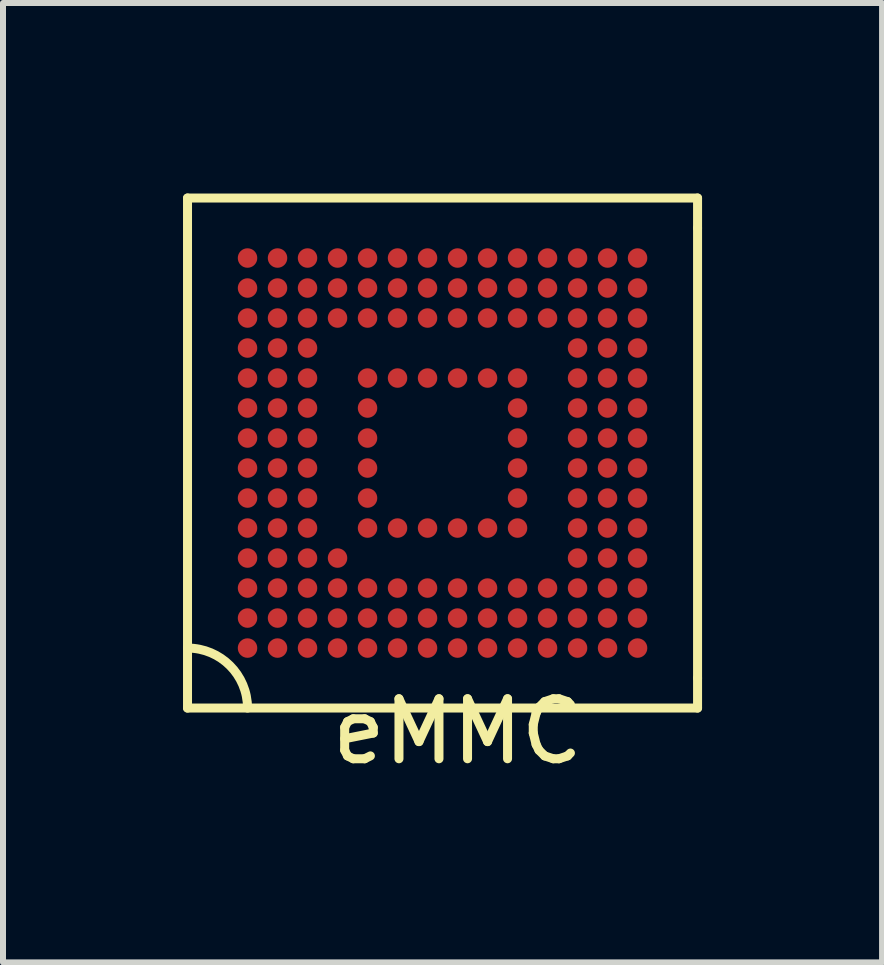
<source format=kicad_pcb>
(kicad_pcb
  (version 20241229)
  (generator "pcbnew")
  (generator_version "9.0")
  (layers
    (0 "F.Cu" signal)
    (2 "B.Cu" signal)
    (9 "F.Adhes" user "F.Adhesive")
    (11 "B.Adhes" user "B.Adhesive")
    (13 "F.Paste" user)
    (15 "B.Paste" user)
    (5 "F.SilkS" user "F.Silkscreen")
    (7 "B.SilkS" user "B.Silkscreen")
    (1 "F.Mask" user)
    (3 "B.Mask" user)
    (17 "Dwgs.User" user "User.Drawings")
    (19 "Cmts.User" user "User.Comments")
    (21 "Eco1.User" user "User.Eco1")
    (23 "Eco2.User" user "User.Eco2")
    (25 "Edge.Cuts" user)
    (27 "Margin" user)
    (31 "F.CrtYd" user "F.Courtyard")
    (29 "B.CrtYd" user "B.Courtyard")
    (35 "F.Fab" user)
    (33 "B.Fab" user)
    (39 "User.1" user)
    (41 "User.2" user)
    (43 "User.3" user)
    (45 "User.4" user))
  (footprint "eMMC"
    (layer "F.Cu")
    (at 4.075 0.25)
    (property "Reference" "eMMC" (at 0.5 8.89 0) (layer "F.SilkS") (effects (font (size 1 1) (thickness 0.15))))
    (attr through_hole)
    (fp_line (start -4 0) (end 4.5 0) (stroke (width 0.15) (type solid)) (layer "F.SilkS"))
    (fp_line (start -4 8.5) (end -4 0) (stroke (width 0.15) (type solid)) (layer "F.SilkS"))
    (fp_line (start 4.5 0.5) (end 4.5 0) (stroke (width 0.15) (type solid)) (layer "F.SilkS"))
    (fp_line (start 4.5 0.5) (end 4.5 8) (stroke (width 0.15) (type solid)) (layer "F.SilkS"))
    (fp_line (start 4.5 8) (end 4.5 8.5) (stroke (width 0.15) (type solid)) (layer "F.SilkS"))
    (fp_line (start 4.5 8.5) (end -4 8.5) (stroke (width 0.15) (type solid)) (layer "F.SilkS"))
    (fp_arc (start -4 7.5) (mid -3.292893 7.792893) (end -3 8.5) (stroke (width 0.15) (type solid)) (layer "F.SilkS"))
    (pad "1" smd circle (at -2 7.5) (size 0.325 0.325) (layers "F.Cu" "F.Mask" "F.Paste"))
    (pad "2" smd circle (at -1.5 7.5) (size 0.325 0.325) (layers "F.Cu" "F.Mask" "F.Paste"))
    (pad "3" smd circle (at -1 7.5) (size 0.325 0.325) (layers "F.Cu" "F.Mask" "F.Paste"))
    (pad "6" smd circle (at -2.5 7) (size 0.325 0.325) (layers "F.Cu" "F.Mask" "F.Paste"))
    (pad "7" smd circle (at -2 7) (size 0.325 0.325) (layers "F.Cu" "F.Mask" "F.Paste"))
    (pad "8" smd circle (at -1.5 7) (size 0.325 0.325) (layers "F.Cu" "F.Mask" "F.Paste"))
    (pad "9" smd circle (at -1 7) (size 0.325 0.325) (layers "F.Cu" "F.Mask" "F.Paste"))
    (pad "10" smd circle (at -0.5 7) (size 0.325 0.325) (layers "F.Cu" "F.Mask" "F.Paste"))
    (pad "11" smd circle (at -2.5 6.5) (size 0.325 0.325) (layers "F.Cu" "F.Mask" "F.Paste"))
    (pad "14" smd circle (at 0 7.5) (size 0.325 0.325) (layers "F.Cu" "F.Mask" "F.Paste"))
    (pad "15" smd circle (at -1 5.5) (size 0.325 0.325) (layers "F.Cu" "F.Mask" "F.Paste"))
    (pad "16" smd circle (at -2 4.5) (size 0.325 0.325) (layers "F.Cu" "F.Mask" "F.Paste"))
    (pad "17" smd circle (at -0.5 3) (size 0.325 0.325) (layers "F.Cu" "F.Mask" "F.Paste"))
    (pad "18" smd circle (at 0 3) (size 0.325 0.325) (layers "F.Cu" "F.Mask" "F.Paste"))
    (pad "19" smd circle (at 0 1) (size 0.325 0.325) (layers "F.Cu" "F.Mask" "F.Paste"))
    (pad "20" smd circle (at 1.5 1) (size 0.325 0.325) (layers "F.Cu" "F.Mask" "F.Paste"))
    (pad "21" smd circle (at -0.5 7.5) (size 0.325 0.325) (layers "F.Cu" "F.Mask" "F.Paste"))
    (pad "22" smd circle (at 0 5.5) (size 0.325 0.325) (layers "F.Cu" "F.Mask" "F.Paste"))
    (pad "23" smd circle (at -1 4.5) (size 0.325 0.325) (layers "F.Cu" "F.Mask" "F.Paste"))
    (pad "24" smd circle (at 1.5 4) (size 0.325 0.325) (layers "F.Cu" "F.Mask" "F.Paste"))
    (pad "25" smd circle (at -1 3.5) (size 0.325 0.325) (layers "F.Cu" "F.Mask" "F.Paste"))
    (pad "26" smd circle (at 0.5 3) (size 0.325 0.325) (layers "F.Cu" "F.Mask" "F.Paste"))
    (pad "27" smd circle (at -1.5 6.5) (size 0.325 0.325) (layers "F.Cu" "F.Mask" "F.Paste"))
    (pad "28" smd circle (at -1.5 1) (size 0.325 0.325) (layers "F.Cu" "F.Mask" "F.Paste"))
    (pad "29" smd circle (at -1 1.5) (size 0.325 0.325) (layers "F.Cu" "F.Mask" "F.Paste"))
    (pad "30" smd circle (at -0.5 1) (size 0.325 0.325) (layers "F.Cu" "F.Mask" "F.Paste"))
    (pad "31" smd circle (at -2.5 1.5) (size 0.325 0.325) (layers "F.Cu" "F.Mask" "F.Paste"))
    (pad "32" smd circle (at -0.5 5.5) (size 0.325 0.325) (layers "F.Cu" "F.Mask" "F.Paste"))
    (pad "33" smd circle (at -1 5) (size 0.325 0.325) (layers "F.Cu" "F.Mask" "F.Paste"))
    (pad "34" smd circle (at 1 3) (size 0.325 0.325) (layers "F.Cu" "F.Mask" "F.Paste"))
    (pad "35" smd circle (at 1.5 3.5) (size 0.325 0.325) (layers "F.Cu" "F.Mask" "F.Paste"))
    (pad "36" smd circle (at -0.5 6.5) (size 0.325 0.325) (layers "F.Cu" "F.Mask" "F.Paste"))
    (pad "37" smd circle (at -1.5 2) (size 0.325 0.325) (layers "F.Cu" "F.Mask" "F.Paste"))
    (pad "38" smd circle (at -1.5 1.5) (size 0.325 0.325) (layers "F.Cu" "F.Mask" "F.Paste"))
    (pad "39" smd circle (at -2 1) (size 0.325 0.325) (layers "F.Cu" "F.Mask" "F.Paste"))
    (pad "40" smd circle (at -1 1) (size 0.325 0.325) (layers "F.Cu" "F.Mask" "F.Paste"))
    (pad "41" smd circle (at 0.5 5.5) (size 0.325 0.325) (layers "F.Cu" "F.Mask" "F.Paste"))
    (pad "42" smd circle (at 1 5.5) (size 0.325 0.325) (layers "F.Cu" "F.Mask" "F.Paste"))
    (pad "43" smd circle (at 1.5 5.5) (size 0.325 0.325) (layers "F.Cu" "F.Mask" "F.Paste"))
    (pad "44" smd circle (at 1.5 5) (size 0.325 0.325) (layers "F.Cu" "F.Mask" "F.Paste"))
    (pad "45" smd circle (at 1.5 4.5) (size 0.325 0.325) (layers "F.Cu" "F.Mask" "F.Paste"))
    (pad "46" smd circle (at 1.5 3) (size 0.325 0.325) (layers "F.Cu" "F.Mask" "F.Paste"))
    (pad "47" smd circle (at -1 4) (size 0.325 0.325) (layers "F.Cu" "F.Mask" "F.Paste"))
    (pad "47" smd circle (at 0.5 7.5) (size 0.325 0.325) (layers "F.Cu" "F.Mask" "F.Paste"))
    (pad "48" smd circle (at -1 3) (size 0.325 0.325) (layers "F.Cu" "F.Mask" "F.Paste"))
    (pad "48" smd circle (at 1 7.5) (size 0.325 0.325) (layers "F.Cu" "F.Mask" "F.Paste"))
    (pad "49" smd circle (at -1 2) (size 0.325 0.325) (layers "F.Cu" "F.Mask" "F.Paste"))
    (pad "49" smd circle (at 1.5 7.5) (size 0.325 0.325) (layers "F.Cu" "F.Mask" "F.Paste"))
    (pad "50" smd circle (at -0.5 2) (size 0.325 0.325) (layers "F.Cu" "F.Mask" "F.Paste"))
    (pad "50" smd circle (at 2 7.5) (size 0.325 0.325) (layers "F.Cu" "F.Mask" "F.Paste"))
    (pad "51" smd circle (at 2.5 7.5) (size 0.325 0.325) (layers "F.Cu" "F.Mask" "F.Paste"))
    (pad "52" smd circle (at 3 7.5) (size 0.325 0.325) (layers "F.Cu" "F.Mask" "F.Paste"))
    (pad "53" smd circle (at 3.5 7.5) (size 0.325 0.325) (layers "F.Cu" "F.Mask" "F.Paste"))
    (pad "54" smd circle (at -3 7) (size 0.325 0.325) (layers "F.Cu" "F.Mask" "F.Paste"))
    (pad "55" smd circle (at 0 7) (size 0.325 0.325) (layers "F.Cu" "F.Mask" "F.Paste"))
    (pad "56" smd circle (at 0.5 7) (size 0.325 0.325) (layers "F.Cu" "F.Mask" "F.Paste"))
    (pad "57" smd circle (at 1 7) (size 0.325 0.325) (layers "F.Cu" "F.Mask" "F.Paste"))
    (pad "58" smd circle (at 1.5 7) (size 0.325 0.325) (layers "F.Cu" "F.Mask" "F.Paste"))
    (pad "59" smd circle (at 2 7) (size 0.325 0.325) (layers "F.Cu" "F.Mask" "F.Paste"))
    (pad "60" smd circle (at 2.5 7) (size 0.325 0.325) (layers "F.Cu" "F.Mask" "F.Paste"))
    (pad "61" smd circle (at 3 7) (size 0.325 0.325) (layers "F.Cu" "F.Mask" "F.Paste"))
    (pad "62" smd circle (at 3.5 7) (size 0.325 0.325) (layers "F.Cu" "F.Mask" "F.Paste"))
    (pad "63" smd circle (at 3.5 6.5) (size 0.325 0.325) (layers "F.Cu" "F.Mask" "F.Paste"))
    (pad "64" smd circle (at 3 6.5) (size 0.325 0.325) (layers "F.Cu" "F.Mask" "F.Paste"))
    (pad "65" smd circle (at 2.5 6.5) (size 0.325 0.325) (layers "F.Cu" "F.Mask" "F.Paste"))
    (pad "66" smd circle (at 2 6.5) (size 0.325 0.325) (layers "F.Cu" "F.Mask" "F.Paste"))
    (pad "67" smd circle (at 1.5 6.5) (size 0.325 0.325) (layers "F.Cu" "F.Mask" "F.Paste"))
    (pad "68" smd circle (at 1 6.5) (size 0.325 0.325) (layers "F.Cu" "F.Mask" "F.Paste"))
    (pad "69" smd circle (at 0.5 6.5) (size 0.325 0.325) (layers "F.Cu" "F.Mask" "F.Paste"))
    (pad "70" smd circle (at 0 6.5) (size 0.325 0.325) (layers "F.Cu" "F.Mask" "F.Paste"))
    (pad "71" smd circle (at -1 6.5) (size 0.325 0.325) (layers "F.Cu" "F.Mask" "F.Paste"))
    (pad "72" smd circle (at -2 6.5) (size 0.325 0.325) (layers "F.Cu" "F.Mask" "F.Paste"))
    (pad "73" smd circle (at -3 6.5) (size 0.325 0.325) (layers "F.Cu" "F.Mask" "F.Paste"))
    (pad "74" smd circle (at -3 6) (size 0.325 0.325) (layers "F.Cu" "F.Mask" "F.Paste"))
    (pad "75" smd circle (at -2.5 6) (size 0.325 0.325) (layers "F.Cu" "F.Mask" "F.Paste"))
    (pad "76" smd circle (at -2 6) (size 0.325 0.325) (layers "F.Cu" "F.Mask" "F.Paste"))
    (pad "77" smd circle (at -1.5 6) (size 0.325 0.325) (layers "F.Cu" "F.Mask" "F.Paste"))
    (pad "78" smd circle (at -2.5 7.5) (size 0.325 0.325) (layers "F.Cu" "F.Mask" "F.Paste"))
    (pad "79" smd circle (at -3 5.5) (size 0.325 0.325) (layers "F.Cu" "F.Mask" "F.Paste"))
    (pad "80" smd circle (at -2.5 5.5) (size 0.325 0.325) (layers "F.Cu" "F.Mask" "F.Paste"))
    (pad "81" smd circle (at -2 5.5) (size 0.325 0.325) (layers "F.Cu" "F.Mask" "F.Paste"))
    (pad "82" smd circle (at -3 5) (size 0.325 0.325) (layers "F.Cu" "F.Mask" "F.Paste"))
    (pad "83" smd circle (at -2.5 5) (size 0.325 0.325) (layers "F.Cu" "F.Mask" "F.Paste"))
    (pad "84" smd circle (at -2 5) (size 0.325 0.325) (layers "F.Cu" "F.Mask" "F.Paste"))
    (pad "85" smd circle (at -3 4.5) (size 0.325 0.325) (layers "F.Cu" "F.Mask" "F.Paste"))
    (pad "86" smd circle (at -2.5 4.5) (size 0.325 0.325) (layers "F.Cu" "F.Mask" "F.Paste"))
    (pad "87" smd circle (at -3 4) (size 0.325 0.325) (layers "F.Cu" "F.Mask" "F.Paste"))
    (pad "88" smd circle (at -2.5 4) (size 0.325 0.325) (layers "F.Cu" "F.Mask" "F.Paste"))
    (pad "89" smd circle (at -2 4) (size 0.325 0.325) (layers "F.Cu" "F.Mask" "F.Paste"))
    (pad "90" smd circle (at -3 3.5) (size 0.325 0.325) (layers "F.Cu" "F.Mask" "F.Paste"))
    (pad "91" smd circle (at -2.5 3.5) (size 0.325 0.325) (layers "F.Cu" "F.Mask" "F.Paste"))
    (pad "92" smd circle (at -2 3.5) (size 0.325 0.325) (layers "F.Cu" "F.Mask" "F.Paste"))
    (pad "93" smd circle (at -3 3) (size 0.325 0.325) (layers "F.Cu" "F.Mask" "F.Paste"))
    (pad "94" smd circle (at -2.5 3) (size 0.325 0.325) (layers "F.Cu" "F.Mask" "F.Paste"))
    (pad "95" smd circle (at -2 3) (size 0.325 0.325) (layers "F.Cu" "F.Mask" "F.Paste"))
    (pad "96" smd circle (at -3 2.5) (size 0.325 0.325) (layers "F.Cu" "F.Mask" "F.Paste"))
    (pad "97" smd circle (at -2.5 2.5) (size 0.325 0.325) (layers "F.Cu" "F.Mask" "F.Paste"))
    (pad "98" smd circle (at -2 2.5) (size 0.325 0.325) (layers "F.Cu" "F.Mask" "F.Paste"))
    (pad "99" smd circle (at -3 2) (size 0.325 0.325) (layers "F.Cu" "F.Mask" "F.Paste"))
    (pad "100" smd circle (at -2.5 2) (size 0.325 0.325) (layers "F.Cu" "F.Mask" "F.Paste"))
    (pad "101" smd circle (at -2 2) (size 0.325 0.325) (layers "F.Cu" "F.Mask" "F.Paste"))
    (pad "102" smd circle (at -3 1.5) (size 0.325 0.325) (layers "F.Cu" "F.Mask" "F.Paste"))
    (pad "103" smd circle (at -2 1.5) (size 0.325 0.325) (layers "F.Cu" "F.Mask" "F.Paste"))
    (pad "104" smd circle (at -3 1) (size 0.325 0.325) (layers "F.Cu" "F.Mask" "F.Paste"))
    (pad "105" smd circle (at -2.5 1) (size 0.325 0.325) (layers "F.Cu" "F.Mask" "F.Paste"))
    (pad "106" smd circle (at -0.5 1.5) (size 0.325 0.325) (layers "F.Cu" "F.Mask" "F.Paste"))
    (pad "107" smd circle (at 0 1.5) (size 0.325 0.325) (layers "F.Cu" "F.Mask" "F.Paste"))
    (pad "108" smd circle (at 0 2) (size 0.325 0.325) (layers "F.Cu" "F.Mask" "F.Paste"))
    (pad "109" smd circle (at 0.5 2) (size 0.325 0.325) (layers "F.Cu" "F.Mask" "F.Paste"))
    (pad "110" smd circle (at 0.5 1.5) (size 0.325 0.325) (layers "F.Cu" "F.Mask" "F.Paste"))
    (pad "111" smd circle (at 0.5 1) (size 0.325 0.325) (layers "F.Cu" "F.Mask" "F.Paste"))
    (pad "112" smd circle (at 1 1) (size 0.325 0.325) (layers "F.Cu" "F.Mask" "F.Paste"))
    (pad "113" smd circle (at 1 1.5) (size 0.325 0.325) (layers "F.Cu" "F.Mask" "F.Paste"))
    (pad "114" smd circle (at 1 2) (size 0.325 0.325) (layers "F.Cu" "F.Mask" "F.Paste"))
    (pad "115" smd circle (at 1.5 2) (size 0.325 0.325) (layers "F.Cu" "F.Mask" "F.Paste"))
    (pad "116" smd circle (at 1.5 1.5) (size 0.325 0.325) (layers "F.Cu" "F.Mask" "F.Paste"))
    (pad "117" smd circle (at 2 1) (size 0.325 0.325) (layers "F.Cu" "F.Mask" "F.Paste"))
    (pad "118" smd circle (at 2 1.5) (size 0.325 0.325) (layers "F.Cu" "F.Mask" "F.Paste"))
    (pad "119" smd circle (at 2 2) (size 0.325 0.325) (layers "F.Cu" "F.Mask" "F.Paste"))
    (pad "120" smd circle (at 2.5 2) (size 0.325 0.325) (layers "F.Cu" "F.Mask" "F.Paste"))
    (pad "121" smd circle (at 2.5 1.5) (size 0.325 0.325) (layers "F.Cu" "F.Mask" "F.Paste"))
    (pad "122" smd circle (at 2.5 1) (size 0.325 0.325) (layers "F.Cu" "F.Mask" "F.Paste"))
    (pad "123" smd circle (at 3 1) (size 0.325 0.325) (layers "F.Cu" "F.Mask" "F.Paste"))
    (pad "124" smd circle (at 3 1.5) (size 0.325 0.325) (layers "F.Cu" "F.Mask" "F.Paste"))
    (pad "125" smd circle (at 3 2) (size 0.325 0.325) (layers "F.Cu" "F.Mask" "F.Paste"))
    (pad "126" smd circle (at 3.5 2) (size 0.325 0.325) (layers "F.Cu" "F.Mask" "F.Paste"))
    (pad "127" smd circle (at 3.5 1) (size 0.325 0.325) (layers "F.Cu" "F.Mask" "F.Paste"))
    (pad "128" smd circle (at 3.5 1.5) (size 0.325 0.325) (layers "F.Cu" "F.Mask" "F.Paste"))
    (pad "129" smd circle (at 3.5 2.5) (size 0.325 0.325) (layers "F.Cu" "F.Mask" "F.Paste"))
    (pad "130" smd circle (at 3.5 3) (size 0.325 0.325) (layers "F.Cu" "F.Mask" "F.Paste"))
    (pad "131" smd circle (at 3.5 3.5) (size 0.325 0.325) (layers "F.Cu" "F.Mask" "F.Paste"))
    (pad "132" smd circle (at 3.5 4) (size 0.325 0.325) (layers "F.Cu" "F.Mask" "F.Paste"))
    (pad "133" smd circle (at 3.5 4.5) (size 0.325 0.325) (layers "F.Cu" "F.Mask" "F.Paste"))
    (pad "134" smd circle (at 3.5 5) (size 0.325 0.325) (layers "F.Cu" "F.Mask" "F.Paste"))
    (pad "135" smd circle (at 3.5 5.5) (size 0.325 0.325) (layers "F.Cu" "F.Mask" "F.Paste"))
    (pad "136" smd circle (at 3.5 6) (size 0.325 0.325) (layers "F.Cu" "F.Mask" "F.Paste"))
    (pad "137" smd circle (at 3 6) (size 0.325 0.325) (layers "F.Cu" "F.Mask" "F.Paste"))
    (pad "138" smd circle (at 3 5.5) (size 0.325 0.325) (layers "F.Cu" "F.Mask" "F.Paste"))
    (pad "139" smd circle (at 3 5) (size 0.325 0.325) (layers "F.Cu" "F.Mask" "F.Paste"))
    (pad "140" smd circle (at 3 4.5) (size 0.325 0.325) (layers "F.Cu" "F.Mask" "F.Paste"))
    (pad "141" smd circle (at 3 4) (size 0.325 0.325) (layers "F.Cu" "F.Mask" "F.Paste"))
    (pad "142" smd circle (at 3 3.5) (size 0.325 0.325) (layers "F.Cu" "F.Mask" "F.Paste"))
    (pad "143" smd circle (at 3 3) (size 0.325 0.325) (layers "F.Cu" "F.Mask" "F.Paste"))
    (pad "144" smd circle (at 3 2.5) (size 0.325 0.325) (layers "F.Cu" "F.Mask" "F.Paste"))
    (pad "145" smd circle (at 2.5 2.5) (size 0.325 0.325) (layers "F.Cu" "F.Mask" "F.Paste"))
    (pad "146" smd circle (at 2.5 3) (size 0.325 0.325) (layers "F.Cu" "F.Mask" "F.Paste"))
    (pad "147" smd circle (at 2.5 3.5) (size 0.325 0.325) (layers "F.Cu" "F.Mask" "F.Paste"))
    (pad "148" smd circle (at 2.5 4) (size 0.325 0.325) (layers "F.Cu" "F.Mask" "F.Paste"))
    (pad "149" smd circle (at 2.5 4.5) (size 0.325 0.325) (layers "F.Cu" "F.Mask" "F.Paste"))
    (pad "150" smd circle (at 2.5 5) (size 0.325 0.325) (layers "F.Cu" "F.Mask" "F.Paste"))
    (pad "151" smd circle (at 2.5 5.5) (size 0.325 0.325) (layers "F.Cu" "F.Mask" "F.Paste"))
    (pad "152" smd circle (at 2.5 6) (size 0.325 0.325) (layers "F.Cu" "F.Mask" "F.Paste"))
    (pad "153" smd circle (at -3 7.5) (size 0.325 0.325) (layers "F.Cu" "F.Mask" "F.Paste")))
  (gr_rect
    (start -3 -3)
    (end 11.65 12.988)
    (stroke (width 0.1) (type default))
    (fill no)
    (layer "Edge.Cuts")))
</source>
